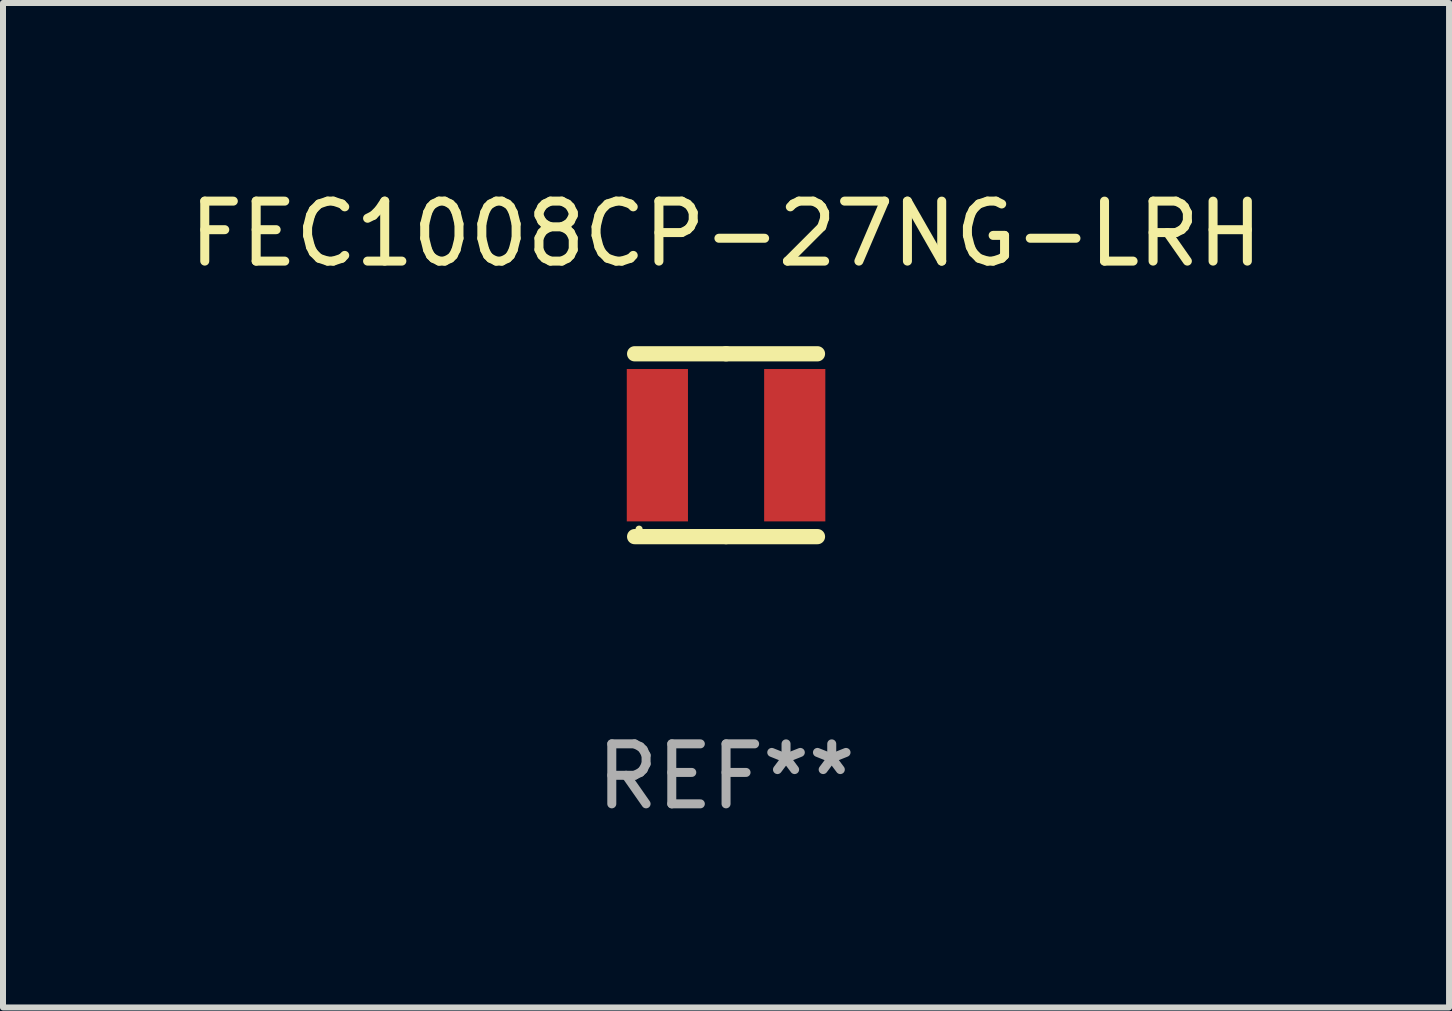
<source format=kicad_pcb>
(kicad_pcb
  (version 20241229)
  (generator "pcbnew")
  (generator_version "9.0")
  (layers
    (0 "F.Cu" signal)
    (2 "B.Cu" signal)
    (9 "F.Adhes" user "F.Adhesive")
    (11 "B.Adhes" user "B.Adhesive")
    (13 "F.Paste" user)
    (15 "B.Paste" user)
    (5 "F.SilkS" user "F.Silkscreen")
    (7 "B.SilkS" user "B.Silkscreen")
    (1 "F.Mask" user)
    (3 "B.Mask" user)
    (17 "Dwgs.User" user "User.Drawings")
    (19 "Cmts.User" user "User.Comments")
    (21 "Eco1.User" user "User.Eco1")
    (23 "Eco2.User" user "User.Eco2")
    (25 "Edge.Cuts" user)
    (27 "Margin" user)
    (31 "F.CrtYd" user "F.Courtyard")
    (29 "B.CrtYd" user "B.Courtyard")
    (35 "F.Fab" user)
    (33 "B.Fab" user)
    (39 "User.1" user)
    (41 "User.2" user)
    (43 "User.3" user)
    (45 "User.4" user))
  (footprint "FEC1008CP-27NG-LRH"
    (layer "F.Cu")
    (at 9.054 4.372)
    (property "Reference" "FEC1008CP-27NG-LRH" (at 0 -3.524 0) (layer "F.SilkS") (effects (font (size 1 1) (thickness 0.15))))
    (attr through_hole)
    (fp_line (start -1.524 -1.524) (end 0 -1.524) (stroke (width 0.254) (type solid)) (layer "F.SilkS"))
    (fp_line (start 0 -1.524) (end 1.524 -1.524) (stroke (width 0.254) (type solid)) (layer "F.SilkS"))
    (fp_line (start 0 1.524) (end -1.524 1.524) (stroke (width 0.254) (type solid)) (layer "F.SilkS"))
    (fp_line (start 1.524 1.524) (end 0 1.524) (stroke (width 0.254) (type solid)) (layer "F.SilkS"))
    (fp_circle (center -1.45 1.4) (end -1.42 1.4) (stroke (width 0.06) (type solid)) (fill no) (layer "F.SilkS"))
    (fp_text user "REF**" (at 0 5.524 0) (layer "F.Fab") (effects (font (size 1 1) (thickness 0.15))))
    (pad "1" smd rect (at -1.145 0) (size 1.02 2.54) (layers "F.Cu" "F.Mask" "F.Paste"))
    (pad "2" smd rect (at 1.145 0) (size 1.02 2.54) (layers "F.Cu" "F.Mask" "F.Paste")))
  (gr_rect
    (start -3 -3)
    (end 21.107 13.745)
    (stroke (width 0.1) (type default))
    (fill no)
    (layer "Edge.Cuts")))
</source>
